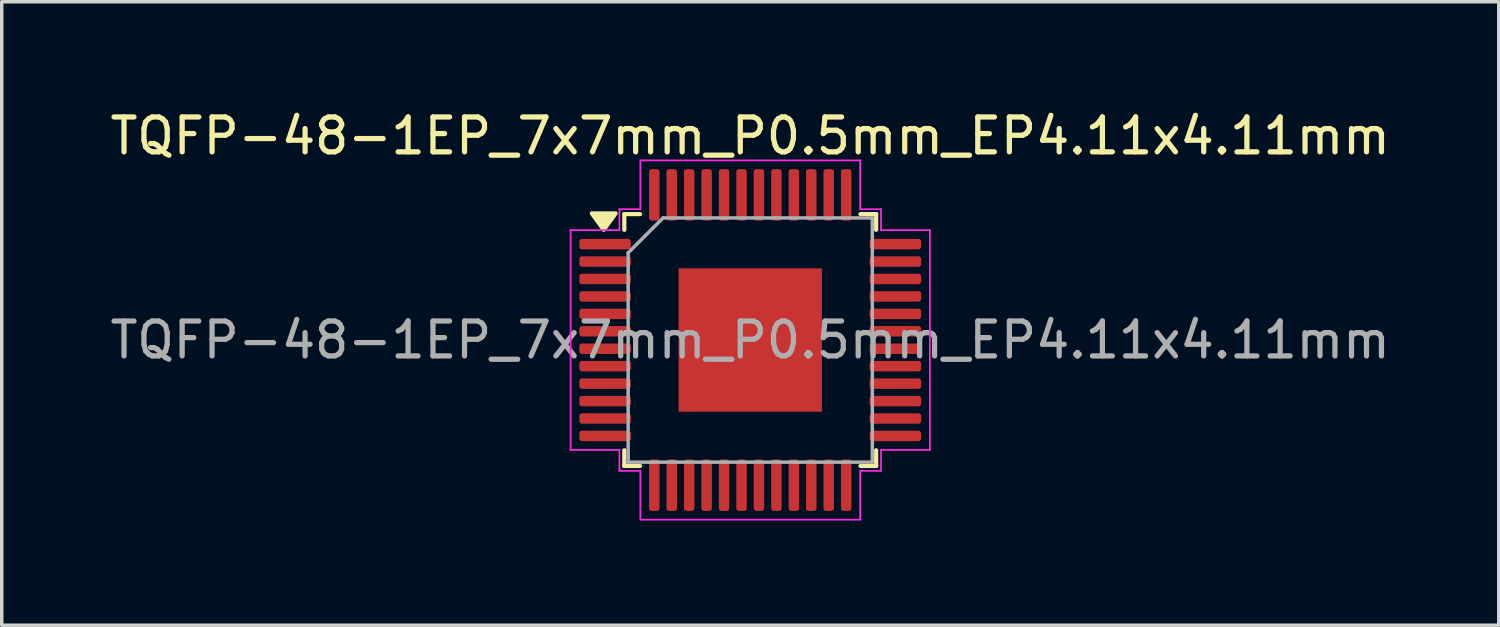
<source format=kicad_pcb>
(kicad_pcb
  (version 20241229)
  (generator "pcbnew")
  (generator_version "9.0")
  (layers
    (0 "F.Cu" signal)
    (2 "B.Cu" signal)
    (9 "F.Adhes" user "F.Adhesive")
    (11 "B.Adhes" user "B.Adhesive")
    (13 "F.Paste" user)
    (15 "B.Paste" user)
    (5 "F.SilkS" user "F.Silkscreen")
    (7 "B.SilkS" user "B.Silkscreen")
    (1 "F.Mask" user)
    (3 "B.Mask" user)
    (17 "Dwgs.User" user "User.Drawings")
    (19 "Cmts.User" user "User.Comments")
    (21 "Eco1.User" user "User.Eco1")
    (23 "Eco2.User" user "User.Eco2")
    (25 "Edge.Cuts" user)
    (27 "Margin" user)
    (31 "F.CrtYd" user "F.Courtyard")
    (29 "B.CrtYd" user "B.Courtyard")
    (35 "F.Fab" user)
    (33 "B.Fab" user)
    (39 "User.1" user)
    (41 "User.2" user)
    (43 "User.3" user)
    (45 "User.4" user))
  (footprint "TQFP-48-1EP_7x7mm_P0.5mm_EP4.11x4.11mm"
    (layer "F.Cu")
    (at 18.458 6.698)
    (property "Reference" "TQFP-48-1EP_7x7mm_P0.5mm_EP4.11x4.11mm" (at 0 -5.85 0) (layer "F.SilkS") (effects (font (size 1 1) (thickness 0.15))))
    (attr smd)
    (fp_line (start -3.61 -3.61) (end -3.61 -3.16) (stroke (width 0.12) (type solid)) (layer "F.SilkS"))
    (fp_line (start -3.61 3.61) (end -3.61 3.16) (stroke (width 0.12) (type solid)) (layer "F.SilkS"))
    (fp_line (start -3.16 -3.61) (end -3.61 -3.61) (stroke (width 0.12) (type solid)) (layer "F.SilkS"))
    (fp_line (start -3.16 3.61) (end -3.61 3.61) (stroke (width 0.12) (type solid)) (layer "F.SilkS"))
    (fp_line (start 3.16 -3.61) (end 3.61 -3.61) (stroke (width 0.12) (type solid)) (layer "F.SilkS"))
    (fp_line (start 3.16 3.61) (end 3.61 3.61) (stroke (width 0.12) (type solid)) (layer "F.SilkS"))
    (fp_line (start 3.61 -3.61) (end 3.61 -3.16) (stroke (width 0.12) (type solid)) (layer "F.SilkS"))
    (fp_line (start 3.61 3.61) (end 3.61 3.16) (stroke (width 0.12) (type solid)) (layer "F.SilkS"))
    (fp_poly (pts (xy -4.2 -3.16) (xy -4.54 -3.63) (xy -3.86 -3.63)) (stroke (width 0.12) (type solid)) (fill yes) (layer "F.SilkS"))
    (fp_line (start -5.15 -3.15) (end -3.75 -3.15) (stroke (width 0.05) (type solid)) (layer "F.CrtYd"))
    (fp_line (start -5.15 3.15) (end -5.15 -3.15) (stroke (width 0.05) (type solid)) (layer "F.CrtYd"))
    (fp_line (start -3.75 -3.75) (end -3.15 -3.75) (stroke (width 0.05) (type solid)) (layer "F.CrtYd"))
    (fp_line (start -3.75 -3.15) (end -3.75 -3.75) (stroke (width 0.05) (type solid)) (layer "F.CrtYd"))
    (fp_line (start -3.75 3.15) (end -5.15 3.15) (stroke (width 0.05) (type solid)) (layer "F.CrtYd"))
    (fp_line (start -3.75 3.75) (end -3.75 3.15) (stroke (width 0.05) (type solid)) (layer "F.CrtYd"))
    (fp_line (start -3.15 -5.15) (end 3.15 -5.15) (stroke (width 0.05) (type solid)) (layer "F.CrtYd"))
    (fp_line (start -3.15 -3.75) (end -3.15 -5.15) (stroke (width 0.05) (type solid)) (layer "F.CrtYd"))
    (fp_line (start -3.15 3.75) (end -3.75 3.75) (stroke (width 0.05) (type solid)) (layer "F.CrtYd"))
    (fp_line (start -3.15 5.15) (end -3.15 3.75) (stroke (width 0.05) (type solid)) (layer "F.CrtYd"))
    (fp_line (start 3.15 -5.15) (end 3.15 -3.75) (stroke (width 0.05) (type solid)) (layer "F.CrtYd"))
    (fp_line (start 3.15 -3.75) (end 3.75 -3.75) (stroke (width 0.05) (type solid)) (layer "F.CrtYd"))
    (fp_line (start 3.15 3.75) (end 3.15 5.15) (stroke (width 0.05) (type solid)) (layer "F.CrtYd"))
    (fp_line (start 3.15 5.15) (end -3.15 5.15) (stroke (width 0.05) (type solid)) (layer "F.CrtYd"))
    (fp_line (start 3.75 -3.75) (end 3.75 -3.15) (stroke (width 0.05) (type solid)) (layer "F.CrtYd"))
    (fp_line (start 3.75 -3.15) (end 5.15 -3.15) (stroke (width 0.05) (type solid)) (layer "F.CrtYd"))
    (fp_line (start 3.75 3.15) (end 3.75 3.75) (stroke (width 0.05) (type solid)) (layer "F.CrtYd"))
    (fp_line (start 3.75 3.75) (end 3.15 3.75) (stroke (width 0.05) (type solid)) (layer "F.CrtYd"))
    (fp_line (start 5.15 -3.15) (end 5.15 3.15) (stroke (width 0.05) (type solid)) (layer "F.CrtYd"))
    (fp_line (start 5.15 3.15) (end 3.75 3.15) (stroke (width 0.05) (type solid)) (layer "F.CrtYd"))
    (fp_line (start -3.5 -2.5) (end -2.5 -3.5) (stroke (width 0.1) (type solid)) (layer "F.Fab"))
    (fp_line (start -3.5 3.5) (end -3.5 -2.5) (stroke (width 0.1) (type solid)) (layer "F.Fab"))
    (fp_line (start -2.5 -3.5) (end 3.5 -3.5) (stroke (width 0.1) (type solid)) (layer "F.Fab"))
    (fp_line (start 3.5 -3.5) (end 3.5 3.5) (stroke (width 0.1) (type solid)) (layer "F.Fab"))
    (fp_line (start 3.5 3.5) (end -3.5 3.5) (stroke (width 0.1) (type solid)) (layer "F.Fab"))
    (fp_text user "${REFERENCE}" (at 0 0 0) (layer "F.Fab") (effects (font (size 1 1) (thickness 0.15))))
    (pad "" smd roundrect (at -1.545 -1.545) (size 0.83 0.83) (layers "F.Paste") (roundrect_rratio 0.25))
    (pad "" smd roundrect (at -1.545 -0.515) (size 0.83 0.83) (layers "F.Paste") (roundrect_rratio 0.25))
    (pad "" smd roundrect (at -1.545 0.515) (size 0.83 0.83) (layers "F.Paste") (roundrect_rratio 0.25))
    (pad "" smd roundrect (at -1.545 1.545) (size 0.83 0.83) (layers "F.Paste") (roundrect_rratio 0.25))
    (pad "" smd roundrect (at -0.515 -1.545) (size 0.83 0.83) (layers "F.Paste") (roundrect_rratio 0.25))
    (pad "" smd roundrect (at -0.515 -0.515) (size 0.83 0.83) (layers "F.Paste") (roundrect_rratio 0.25))
    (pad "" smd roundrect (at -0.515 0.515) (size 0.83 0.83) (layers "F.Paste") (roundrect_rratio 0.25))
    (pad "" smd roundrect (at -0.515 1.545) (size 0.83 0.83) (layers "F.Paste") (roundrect_rratio 0.25))
    (pad "" smd roundrect (at 0.515 -1.545) (size 0.83 0.83) (layers "F.Paste") (roundrect_rratio 0.25))
    (pad "" smd roundrect (at 0.515 -0.515) (size 0.83 0.83) (layers "F.Paste") (roundrect_rratio 0.25))
    (pad "" smd roundrect (at 0.515 0.515) (size 0.83 0.83) (layers "F.Paste") (roundrect_rratio 0.25))
    (pad "" smd roundrect (at 0.515 1.545) (size 0.83 0.83) (layers "F.Paste") (roundrect_rratio 0.25))
    (pad "" smd roundrect (at 1.545 -1.545) (size 0.83 0.83) (layers "F.Paste") (roundrect_rratio 0.25))
    (pad "" smd roundrect (at 1.545 -0.515) (size 0.83 0.83) (layers "F.Paste") (roundrect_rratio 0.25))
    (pad "" smd roundrect (at 1.545 0.515) (size 0.83 0.83) (layers "F.Paste") (roundrect_rratio 0.25))
    (pad "" smd roundrect (at 1.545 1.545) (size 0.83 0.83) (layers "F.Paste") (roundrect_rratio 0.25))
    (pad "1" smd roundrect (at -4.162 -2.75) (size 1.475 0.3) (layers "F.Cu" "F.Mask" "F.Paste") (roundrect_rratio 0.25))
    (pad "2" smd roundrect (at -4.162 -2.25) (size 1.475 0.3) (layers "F.Cu" "F.Mask" "F.Paste") (roundrect_rratio 0.25))
    (pad "3" smd roundrect (at -4.162 -1.75) (size 1.475 0.3) (layers "F.Cu" "F.Mask" "F.Paste") (roundrect_rratio 0.25))
    (pad "4" smd roundrect (at -4.162 -1.25) (size 1.475 0.3) (layers "F.Cu" "F.Mask" "F.Paste") (roundrect_rratio 0.25))
    (pad "5" smd roundrect (at -4.162 -0.75) (size 1.475 0.3) (layers "F.Cu" "F.Mask" "F.Paste") (roundrect_rratio 0.25))
    (pad "6" smd roundrect (at -4.162 -0.25) (size 1.475 0.3) (layers "F.Cu" "F.Mask" "F.Paste") (roundrect_rratio 0.25))
    (pad "7" smd roundrect (at -4.162 0.25) (size 1.475 0.3) (layers "F.Cu" "F.Mask" "F.Paste") (roundrect_rratio 0.25))
    (pad "8" smd roundrect (at -4.162 0.75) (size 1.475 0.3) (layers "F.Cu" "F.Mask" "F.Paste") (roundrect_rratio 0.25))
    (pad "9" smd roundrect (at -4.162 1.25) (size 1.475 0.3) (layers "F.Cu" "F.Mask" "F.Paste") (roundrect_rratio 0.25))
    (pad "10" smd roundrect (at -4.162 1.75) (size 1.475 0.3) (layers "F.Cu" "F.Mask" "F.Paste") (roundrect_rratio 0.25))
    (pad "11" smd roundrect (at -4.162 2.25) (size 1.475 0.3) (layers "F.Cu" "F.Mask" "F.Paste") (roundrect_rratio 0.25))
    (pad "12" smd roundrect (at -4.162 2.75) (size 1.475 0.3) (layers "F.Cu" "F.Mask" "F.Paste") (roundrect_rratio 0.25))
    (pad "13" smd roundrect (at -2.75 4.162) (size 0.3 1.475) (layers "F.Cu" "F.Mask" "F.Paste") (roundrect_rratio 0.25))
    (pad "14" smd roundrect (at -2.25 4.162) (size 0.3 1.475) (layers "F.Cu" "F.Mask" "F.Paste") (roundrect_rratio 0.25))
    (pad "15" smd roundrect (at -1.75 4.162) (size 0.3 1.475) (layers "F.Cu" "F.Mask" "F.Paste") (roundrect_rratio 0.25))
    (pad "16" smd roundrect (at -1.25 4.162) (size 0.3 1.475) (layers "F.Cu" "F.Mask" "F.Paste") (roundrect_rratio 0.25))
    (pad "17" smd roundrect (at -0.75 4.162) (size 0.3 1.475) (layers "F.Cu" "F.Mask" "F.Paste") (roundrect_rratio 0.25))
    (pad "18" smd roundrect (at -0.25 4.162) (size 0.3 1.475) (layers "F.Cu" "F.Mask" "F.Paste") (roundrect_rratio 0.25))
    (pad "19" smd roundrect (at 0.25 4.162) (size 0.3 1.475) (layers "F.Cu" "F.Mask" "F.Paste") (roundrect_rratio 0.25))
    (pad "20" smd roundrect (at 0.75 4.162) (size 0.3 1.475) (layers "F.Cu" "F.Mask" "F.Paste") (roundrect_rratio 0.25))
    (pad "21" smd roundrect (at 1.25 4.162) (size 0.3 1.475) (layers "F.Cu" "F.Mask" "F.Paste") (roundrect_rratio 0.25))
    (pad "22" smd roundrect (at 1.75 4.162) (size 0.3 1.475) (layers "F.Cu" "F.Mask" "F.Paste") (roundrect_rratio 0.25))
    (pad "23" smd roundrect (at 2.25 4.162) (size 0.3 1.475) (layers "F.Cu" "F.Mask" "F.Paste") (roundrect_rratio 0.25))
    (pad "24" smd roundrect (at 2.75 4.162) (size 0.3 1.475) (layers "F.Cu" "F.Mask" "F.Paste") (roundrect_rratio 0.25))
    (pad "25" smd roundrect (at 4.162 2.75) (size 1.475 0.3) (layers "F.Cu" "F.Mask" "F.Paste") (roundrect_rratio 0.25))
    (pad "26" smd roundrect (at 4.162 2.25) (size 1.475 0.3) (layers "F.Cu" "F.Mask" "F.Paste") (roundrect_rratio 0.25))
    (pad "27" smd roundrect (at 4.162 1.75) (size 1.475 0.3) (layers "F.Cu" "F.Mask" "F.Paste") (roundrect_rratio 0.25))
    (pad "28" smd roundrect (at 4.162 1.25) (size 1.475 0.3) (layers "F.Cu" "F.Mask" "F.Paste") (roundrect_rratio 0.25))
    (pad "29" smd roundrect (at 4.162 0.75) (size 1.475 0.3) (layers "F.Cu" "F.Mask" "F.Paste") (roundrect_rratio 0.25))
    (pad "30" smd roundrect (at 4.162 0.25) (size 1.475 0.3) (layers "F.Cu" "F.Mask" "F.Paste") (roundrect_rratio 0.25))
    (pad "31" smd roundrect (at 4.162 -0.25) (size 1.475 0.3) (layers "F.Cu" "F.Mask" "F.Paste") (roundrect_rratio 0.25))
    (pad "32" smd roundrect (at 4.162 -0.75) (size 1.475 0.3) (layers "F.Cu" "F.Mask" "F.Paste") (roundrect_rratio 0.25))
    (pad "33" smd roundrect (at 4.162 -1.25) (size 1.475 0.3) (layers "F.Cu" "F.Mask" "F.Paste") (roundrect_rratio 0.25))
    (pad "34" smd roundrect (at 4.162 -1.75) (size 1.475 0.3) (layers "F.Cu" "F.Mask" "F.Paste") (roundrect_rratio 0.25))
    (pad "35" smd roundrect (at 4.162 -2.25) (size 1.475 0.3) (layers "F.Cu" "F.Mask" "F.Paste") (roundrect_rratio 0.25))
    (pad "36" smd roundrect (at 4.162 -2.75) (size 1.475 0.3) (layers "F.Cu" "F.Mask" "F.Paste") (roundrect_rratio 0.25))
    (pad "37" smd roundrect (at 2.75 -4.162) (size 0.3 1.475) (layers "F.Cu" "F.Mask" "F.Paste") (roundrect_rratio 0.25))
    (pad "38" smd roundrect (at 2.25 -4.162) (size 0.3 1.475) (layers "F.Cu" "F.Mask" "F.Paste") (roundrect_rratio 0.25))
    (pad "39" smd roundrect (at 1.75 -4.162) (size 0.3 1.475) (layers "F.Cu" "F.Mask" "F.Paste") (roundrect_rratio 0.25))
    (pad "40" smd roundrect (at 1.25 -4.162) (size 0.3 1.475) (layers "F.Cu" "F.Mask" "F.Paste") (roundrect_rratio 0.25))
    (pad "41" smd roundrect (at 0.75 -4.162) (size 0.3 1.475) (layers "F.Cu" "F.Mask" "F.Paste") (roundrect_rratio 0.25))
    (pad "42" smd roundrect (at 0.25 -4.162) (size 0.3 1.475) (layers "F.Cu" "F.Mask" "F.Paste") (roundrect_rratio 0.25))
    (pad "43" smd roundrect (at -0.25 -4.162) (size 0.3 1.475) (layers "F.Cu" "F.Mask" "F.Paste") (roundrect_rratio 0.25))
    (pad "44" smd roundrect (at -0.75 -4.162) (size 0.3 1.475) (layers "F.Cu" "F.Mask" "F.Paste") (roundrect_rratio 0.25))
    (pad "45" smd roundrect (at -1.25 -4.162) (size 0.3 1.475) (layers "F.Cu" "F.Mask" "F.Paste") (roundrect_rratio 0.25))
    (pad "46" smd roundrect (at -1.75 -4.162) (size 0.3 1.475) (layers "F.Cu" "F.Mask" "F.Paste") (roundrect_rratio 0.25))
    (pad "47" smd roundrect (at -2.25 -4.162) (size 0.3 1.475) (layers "F.Cu" "F.Mask" "F.Paste") (roundrect_rratio 0.25))
    (pad "48" smd roundrect (at -2.75 -4.162) (size 0.3 1.475) (layers "F.Cu" "F.Mask" "F.Paste") (roundrect_rratio 0.25))
    (pad "49" smd rect (at 0 0) (size 4.11 4.11) (property pad_prop_heatsink) (layers "F.Cu" "F.Mask")))
  (gr_rect
    (start -3 -3)
    (end 39.917 14.873)
    (stroke (width 0.1) (type default))
    (fill no)
    (layer "Edge.Cuts")))
</source>
